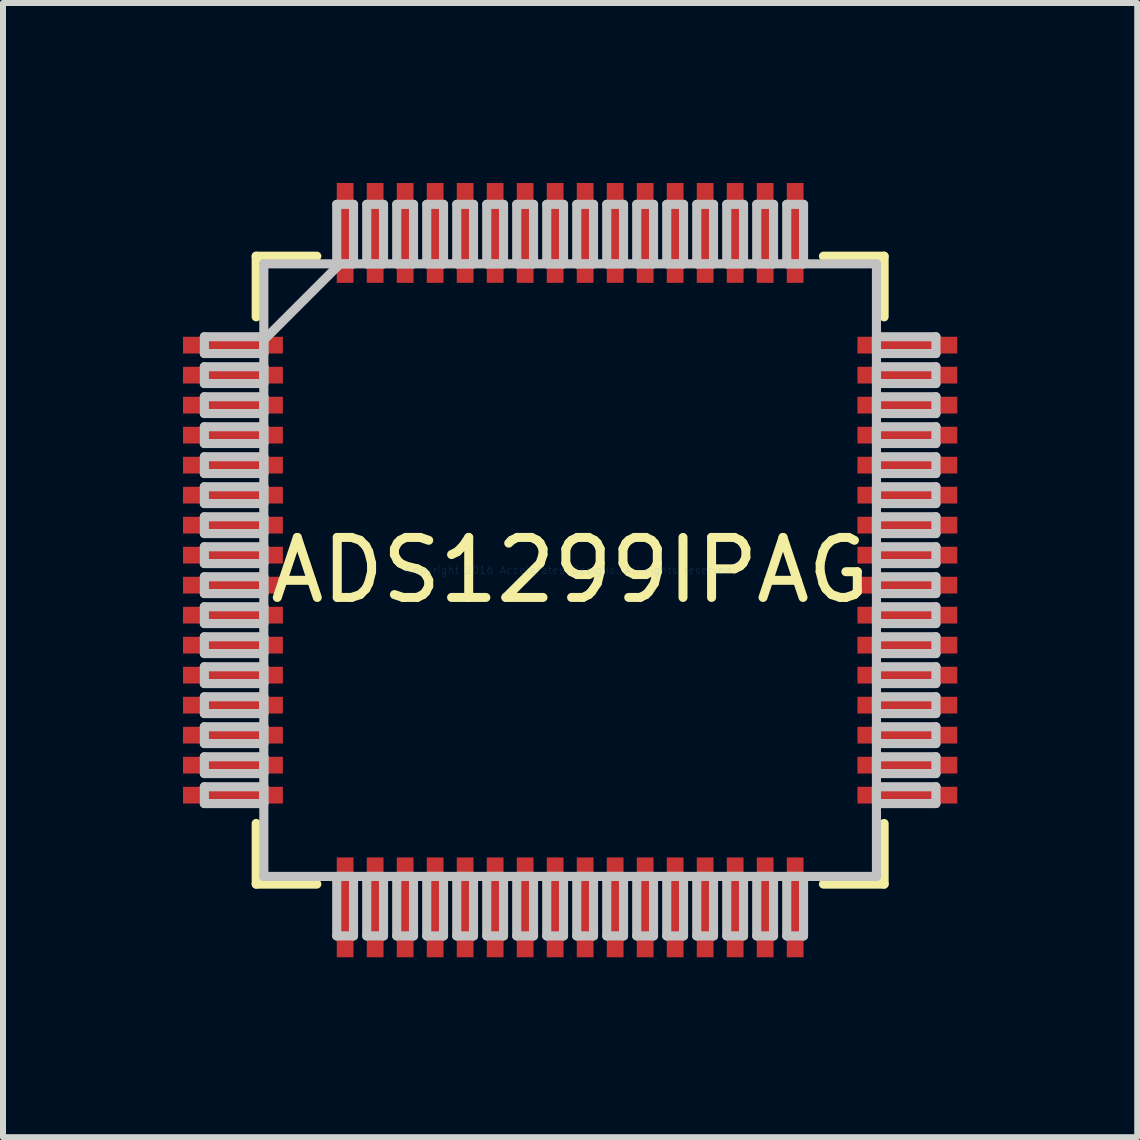
<source format=kicad_pcb>
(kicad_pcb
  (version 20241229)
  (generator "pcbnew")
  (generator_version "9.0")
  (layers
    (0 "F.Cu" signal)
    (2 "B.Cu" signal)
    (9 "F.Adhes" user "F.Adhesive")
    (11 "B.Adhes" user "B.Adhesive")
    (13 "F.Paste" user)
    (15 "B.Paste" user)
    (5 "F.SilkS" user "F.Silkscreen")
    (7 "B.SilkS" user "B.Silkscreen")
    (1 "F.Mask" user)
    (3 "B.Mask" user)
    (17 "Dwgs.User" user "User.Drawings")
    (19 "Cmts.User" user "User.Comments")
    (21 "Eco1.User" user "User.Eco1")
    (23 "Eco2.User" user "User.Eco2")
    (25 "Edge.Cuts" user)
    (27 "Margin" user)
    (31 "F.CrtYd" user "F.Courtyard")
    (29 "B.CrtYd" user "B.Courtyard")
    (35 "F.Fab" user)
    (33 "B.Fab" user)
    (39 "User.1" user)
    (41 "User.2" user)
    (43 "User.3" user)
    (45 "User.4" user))
  (footprint "ADS1299IPAG"
    (layer "F.Cu")
    (at 6.452 6.452)
    (property "Reference" "ADS1299IPAG" (at 0 0 0) (layer "F.SilkS") (effects (font (size 1 1) (thickness 0.15))))
    (attr through_hole)
    (fp_line (start -5.232 -5.232) (end -5.232 -4.222) (stroke (width 0.152) (type solid)) (layer "F.SilkS"))
    (fp_line (start -5.232 4.222) (end -5.232 5.232) (stroke (width 0.152) (type solid)) (layer "F.SilkS"))
    (fp_line (start -5.232 5.232) (end -4.222 5.232) (stroke (width 0.152) (type solid)) (layer "F.SilkS"))
    (fp_line (start -4.222 -5.232) (end -5.232 -5.232) (stroke (width 0.152) (type solid)) (layer "F.SilkS"))
    (fp_line (start 4.222 5.232) (end 5.232 5.232) (stroke (width 0.152) (type solid)) (layer "F.SilkS"))
    (fp_line (start 5.232 -5.232) (end 4.222 -5.232) (stroke (width 0.152) (type solid)) (layer "F.SilkS"))
    (fp_line (start 5.232 -4.222) (end 5.232 -5.232) (stroke (width 0.152) (type solid)) (layer "F.SilkS"))
    (fp_line (start 5.232 5.232) (end 5.232 4.222) (stroke (width 0.152) (type solid)) (layer "F.SilkS"))
    (fp_line (start -6.096 -3.89) (end -6.096 -3.61) (stroke (width 0.152) (type solid)) (layer "Dwgs.User"))
    (fp_line (start -6.096 -3.61) (end -5.105 -3.61) (stroke (width 0.152) (type solid)) (layer "Dwgs.User"))
    (fp_line (start -6.096 -3.39) (end -6.096 -3.11) (stroke (width 0.152) (type solid)) (layer "Dwgs.User"))
    (fp_line (start -6.096 -3.11) (end -5.105 -3.11) (stroke (width 0.152) (type solid)) (layer "Dwgs.User"))
    (fp_line (start -6.096 -2.89) (end -6.096 -2.61) (stroke (width 0.152) (type solid)) (layer "Dwgs.User"))
    (fp_line (start -6.096 -2.61) (end -5.105 -2.61) (stroke (width 0.152) (type solid)) (layer "Dwgs.User"))
    (fp_line (start -6.096 -2.39) (end -6.096 -2.11) (stroke (width 0.152) (type solid)) (layer "Dwgs.User"))
    (fp_line (start -6.096 -2.11) (end -5.105 -2.11) (stroke (width 0.152) (type solid)) (layer "Dwgs.User"))
    (fp_line (start -6.096 -1.89) (end -6.096 -1.61) (stroke (width 0.152) (type solid)) (layer "Dwgs.User"))
    (fp_line (start -6.096 -1.61) (end -5.105 -1.61) (stroke (width 0.152) (type solid)) (layer "Dwgs.User"))
    (fp_line (start -6.096 -1.39) (end -6.096 -1.11) (stroke (width 0.152) (type solid)) (layer "Dwgs.User"))
    (fp_line (start -6.096 -1.11) (end -5.105 -1.11) (stroke (width 0.152) (type solid)) (layer "Dwgs.User"))
    (fp_line (start -6.096 -0.89) (end -6.096 -0.61) (stroke (width 0.152) (type solid)) (layer "Dwgs.User"))
    (fp_line (start -6.096 -0.61) (end -5.105 -0.61) (stroke (width 0.152) (type solid)) (layer "Dwgs.User"))
    (fp_line (start -6.096 -0.39) (end -6.096 -0.11) (stroke (width 0.152) (type solid)) (layer "Dwgs.User"))
    (fp_line (start -6.096 -0.11) (end -5.105 -0.11) (stroke (width 0.152) (type solid)) (layer "Dwgs.User"))
    (fp_line (start -6.096 0.11) (end -6.096 0.39) (stroke (width 0.152) (type solid)) (layer "Dwgs.User"))
    (fp_line (start -6.096 0.39) (end -5.105 0.39) (stroke (width 0.152) (type solid)) (layer "Dwgs.User"))
    (fp_line (start -6.096 0.61) (end -6.096 0.89) (stroke (width 0.152) (type solid)) (layer "Dwgs.User"))
    (fp_line (start -6.096 0.89) (end -5.105 0.89) (stroke (width 0.152) (type solid)) (layer "Dwgs.User"))
    (fp_line (start -6.096 1.11) (end -6.096 1.39) (stroke (width 0.152) (type solid)) (layer "Dwgs.User"))
    (fp_line (start -6.096 1.39) (end -5.105 1.39) (stroke (width 0.152) (type solid)) (layer "Dwgs.User"))
    (fp_line (start -6.096 1.61) (end -6.096 1.89) (stroke (width 0.152) (type solid)) (layer "Dwgs.User"))
    (fp_line (start -6.096 1.89) (end -5.105 1.89) (stroke (width 0.152) (type solid)) (layer "Dwgs.User"))
    (fp_line (start -6.096 2.11) (end -6.096 2.39) (stroke (width 0.152) (type solid)) (layer "Dwgs.User"))
    (fp_line (start -6.096 2.39) (end -5.105 2.39) (stroke (width 0.152) (type solid)) (layer "Dwgs.User"))
    (fp_line (start -6.096 2.61) (end -6.096 2.89) (stroke (width 0.152) (type solid)) (layer "Dwgs.User"))
    (fp_line (start -6.096 2.89) (end -5.105 2.89) (stroke (width 0.152) (type solid)) (layer "Dwgs.User"))
    (fp_line (start -6.096 3.11) (end -6.096 3.39) (stroke (width 0.152) (type solid)) (layer "Dwgs.User"))
    (fp_line (start -6.096 3.39) (end -5.105 3.39) (stroke (width 0.152) (type solid)) (layer "Dwgs.User"))
    (fp_line (start -6.096 3.61) (end -6.096 3.89) (stroke (width 0.152) (type solid)) (layer "Dwgs.User"))
    (fp_line (start -6.096 3.89) (end -5.105 3.89) (stroke (width 0.152) (type solid)) (layer "Dwgs.User"))
    (fp_line (start -5.105 -5.105) (end -5.105 -5.105) (stroke (width 0.152) (type solid)) (layer "Dwgs.User"))
    (fp_line (start -5.105 -5.105) (end -5.105 5.105) (stroke (width 0.152) (type solid)) (layer "Dwgs.User"))
    (fp_line (start -5.105 -3.89) (end -6.096 -3.89) (stroke (width 0.152) (type solid)) (layer "Dwgs.User"))
    (fp_line (start -5.105 -3.835) (end -3.835 -5.105) (stroke (width 0.152) (type solid)) (layer "Dwgs.User"))
    (fp_line (start -5.105 -3.61) (end -5.105 -3.89) (stroke (width 0.152) (type solid)) (layer "Dwgs.User"))
    (fp_line (start -5.105 -3.39) (end -6.096 -3.39) (stroke (width 0.152) (type solid)) (layer "Dwgs.User"))
    (fp_line (start -5.105 -3.11) (end -5.105 -3.39) (stroke (width 0.152) (type solid)) (layer "Dwgs.User"))
    (fp_line (start -5.105 -2.89) (end -6.096 -2.89) (stroke (width 0.152) (type solid)) (layer "Dwgs.User"))
    (fp_line (start -5.105 -2.61) (end -5.105 -2.89) (stroke (width 0.152) (type solid)) (layer "Dwgs.User"))
    (fp_line (start -5.105 -2.39) (end -6.096 -2.39) (stroke (width 0.152) (type solid)) (layer "Dwgs.User"))
    (fp_line (start -5.105 -2.11) (end -5.105 -2.39) (stroke (width 0.152) (type solid)) (layer "Dwgs.User"))
    (fp_line (start -5.105 -1.89) (end -6.096 -1.89) (stroke (width 0.152) (type solid)) (layer "Dwgs.User"))
    (fp_line (start -5.105 -1.61) (end -5.105 -1.89) (stroke (width 0.152) (type solid)) (layer "Dwgs.User"))
    (fp_line (start -5.105 -1.39) (end -6.096 -1.39) (stroke (width 0.152) (type solid)) (layer "Dwgs.User"))
    (fp_line (start -5.105 -1.11) (end -5.105 -1.39) (stroke (width 0.152) (type solid)) (layer "Dwgs.User"))
    (fp_line (start -5.105 -0.89) (end -6.096 -0.89) (stroke (width 0.152) (type solid)) (layer "Dwgs.User"))
    (fp_line (start -5.105 -0.61) (end -5.105 -0.89) (stroke (width 0.152) (type solid)) (layer "Dwgs.User"))
    (fp_line (start -5.105 -0.39) (end -6.096 -0.39) (stroke (width 0.152) (type solid)) (layer "Dwgs.User"))
    (fp_line (start -5.105 -0.11) (end -5.105 -0.39) (stroke (width 0.152) (type solid)) (layer "Dwgs.User"))
    (fp_line (start -5.105 0.11) (end -6.096 0.11) (stroke (width 0.152) (type solid)) (layer "Dwgs.User"))
    (fp_line (start -5.105 0.39) (end -5.105 0.11) (stroke (width 0.152) (type solid)) (layer "Dwgs.User"))
    (fp_line (start -5.105 0.61) (end -6.096 0.61) (stroke (width 0.152) (type solid)) (layer "Dwgs.User"))
    (fp_line (start -5.105 0.89) (end -5.105 0.61) (stroke (width 0.152) (type solid)) (layer "Dwgs.User"))
    (fp_line (start -5.105 1.11) (end -6.096 1.11) (stroke (width 0.152) (type solid)) (layer "Dwgs.User"))
    (fp_line (start -5.105 1.39) (end -5.105 1.11) (stroke (width 0.152) (type solid)) (layer "Dwgs.User"))
    (fp_line (start -5.105 1.61) (end -6.096 1.61) (stroke (width 0.152) (type solid)) (layer "Dwgs.User"))
    (fp_line (start -5.105 1.89) (end -5.105 1.61) (stroke (width 0.152) (type solid)) (layer "Dwgs.User"))
    (fp_line (start -5.105 2.11) (end -6.096 2.11) (stroke (width 0.152) (type solid)) (layer "Dwgs.User"))
    (fp_line (start -5.105 2.39) (end -5.105 2.11) (stroke (width 0.152) (type solid)) (layer "Dwgs.User"))
    (fp_line (start -5.105 2.61) (end -6.096 2.61) (stroke (width 0.152) (type solid)) (layer "Dwgs.User"))
    (fp_line (start -5.105 2.89) (end -5.105 2.61) (stroke (width 0.152) (type solid)) (layer "Dwgs.User"))
    (fp_line (start -5.105 3.11) (end -6.096 3.11) (stroke (width 0.152) (type solid)) (layer "Dwgs.User"))
    (fp_line (start -5.105 3.39) (end -5.105 3.11) (stroke (width 0.152) (type solid)) (layer "Dwgs.User"))
    (fp_line (start -5.105 3.61) (end -6.096 3.61) (stroke (width 0.152) (type solid)) (layer "Dwgs.User"))
    (fp_line (start -5.105 3.89) (end -5.105 3.61) (stroke (width 0.152) (type solid)) (layer "Dwgs.User"))
    (fp_line (start -5.105 5.105) (end -5.105 5.105) (stroke (width 0.152) (type solid)) (layer "Dwgs.User"))
    (fp_line (start -5.105 5.105) (end 5.105 5.105) (stroke (width 0.152) (type solid)) (layer "Dwgs.User"))
    (fp_line (start -3.89 -6.096) (end -3.89 -5.105) (stroke (width 0.152) (type solid)) (layer "Dwgs.User"))
    (fp_line (start -3.89 -5.105) (end -3.61 -5.105) (stroke (width 0.152) (type solid)) (layer "Dwgs.User"))
    (fp_line (start -3.89 5.105) (end -3.89 6.096) (stroke (width 0.152) (type solid)) (layer "Dwgs.User"))
    (fp_line (start -3.89 6.096) (end -3.61 6.096) (stroke (width 0.152) (type solid)) (layer "Dwgs.User"))
    (fp_line (start -3.61 -6.096) (end -3.89 -6.096) (stroke (width 0.152) (type solid)) (layer "Dwgs.User"))
    (fp_line (start -3.61 -5.105) (end -3.61 -6.096) (stroke (width 0.152) (type solid)) (layer "Dwgs.User"))
    (fp_line (start -3.61 5.105) (end -3.89 5.105) (stroke (width 0.152) (type solid)) (layer "Dwgs.User"))
    (fp_line (start -3.61 6.096) (end -3.61 5.105) (stroke (width 0.152) (type solid)) (layer "Dwgs.User"))
    (fp_line (start -3.39 -6.096) (end -3.39 -5.105) (stroke (width 0.152) (type solid)) (layer "Dwgs.User"))
    (fp_line (start -3.39 -5.105) (end -3.11 -5.105) (stroke (width 0.152) (type solid)) (layer "Dwgs.User"))
    (fp_line (start -3.39 5.105) (end -3.39 6.096) (stroke (width 0.152) (type solid)) (layer "Dwgs.User"))
    (fp_line (start -3.39 6.096) (end -3.11 6.096) (stroke (width 0.152) (type solid)) (layer "Dwgs.User"))
    (fp_line (start -3.11 -6.096) (end -3.39 -6.096) (stroke (width 0.152) (type solid)) (layer "Dwgs.User"))
    (fp_line (start -3.11 -5.105) (end -3.11 -6.096) (stroke (width 0.152) (type solid)) (layer "Dwgs.User"))
    (fp_line (start -3.11 5.105) (end -3.39 5.105) (stroke (width 0.152) (type solid)) (layer "Dwgs.User"))
    (fp_line (start -3.11 6.096) (end -3.11 5.105) (stroke (width 0.152) (type solid)) (layer "Dwgs.User"))
    (fp_line (start -2.89 -6.096) (end -2.89 -5.105) (stroke (width 0.152) (type solid)) (layer "Dwgs.User"))
    (fp_line (start -2.89 -5.105) (end -2.61 -5.105) (stroke (width 0.152) (type solid)) (layer "Dwgs.User"))
    (fp_line (start -2.89 5.105) (end -2.89 6.096) (stroke (width 0.152) (type solid)) (layer "Dwgs.User"))
    (fp_line (start -2.89 6.096) (end -2.61 6.096) (stroke (width 0.152) (type solid)) (layer "Dwgs.User"))
    (fp_line (start -2.61 -6.096) (end -2.89 -6.096) (stroke (width 0.152) (type solid)) (layer "Dwgs.User"))
    (fp_line (start -2.61 -5.105) (end -2.61 -6.096) (stroke (width 0.152) (type solid)) (layer "Dwgs.User"))
    (fp_line (start -2.61 5.105) (end -2.89 5.105) (stroke (width 0.152) (type solid)) (layer "Dwgs.User"))
    (fp_line (start -2.61 6.096) (end -2.61 5.105) (stroke (width 0.152) (type solid)) (layer "Dwgs.User"))
    (fp_line (start -2.39 -6.096) (end -2.39 -5.105) (stroke (width 0.152) (type solid)) (layer "Dwgs.User"))
    (fp_line (start -2.39 -5.105) (end -2.11 -5.105) (stroke (width 0.152) (type solid)) (layer "Dwgs.User"))
    (fp_line (start -2.39 5.105) (end -2.39 6.096) (stroke (width 0.152) (type solid)) (layer "Dwgs.User"))
    (fp_line (start -2.39 6.096) (end -2.11 6.096) (stroke (width 0.152) (type solid)) (layer "Dwgs.User"))
    (fp_line (start -2.11 -6.096) (end -2.39 -6.096) (stroke (width 0.152) (type solid)) (layer "Dwgs.User"))
    (fp_line (start -2.11 -5.105) (end -2.11 -6.096) (stroke (width 0.152) (type solid)) (layer "Dwgs.User"))
    (fp_line (start -2.11 5.105) (end -2.39 5.105) (stroke (width 0.152) (type solid)) (layer "Dwgs.User"))
    (fp_line (start -2.11 6.096) (end -2.11 5.105) (stroke (width 0.152) (type solid)) (layer "Dwgs.User"))
    (fp_line (start -1.89 -6.096) (end -1.89 -5.105) (stroke (width 0.152) (type solid)) (layer "Dwgs.User"))
    (fp_line (start -1.89 -5.105) (end -1.61 -5.105) (stroke (width 0.152) (type solid)) (layer "Dwgs.User"))
    (fp_line (start -1.89 5.105) (end -1.89 6.096) (stroke (width 0.152) (type solid)) (layer "Dwgs.User"))
    (fp_line (start -1.89 6.096) (end -1.61 6.096) (stroke (width 0.152) (type solid)) (layer "Dwgs.User"))
    (fp_line (start -1.61 -6.096) (end -1.89 -6.096) (stroke (width 0.152) (type solid)) (layer "Dwgs.User"))
    (fp_line (start -1.61 -5.105) (end -1.61 -6.096) (stroke (width 0.152) (type solid)) (layer "Dwgs.User"))
    (fp_line (start -1.61 5.105) (end -1.89 5.105) (stroke (width 0.152) (type solid)) (layer "Dwgs.User"))
    (fp_line (start -1.61 6.096) (end -1.61 5.105) (stroke (width 0.152) (type solid)) (layer "Dwgs.User"))
    (fp_line (start -1.39 -6.096) (end -1.39 -5.105) (stroke (width 0.152) (type solid)) (layer "Dwgs.User"))
    (fp_line (start -1.39 -5.105) (end -1.11 -5.105) (stroke (width 0.152) (type solid)) (layer "Dwgs.User"))
    (fp_line (start -1.39 5.105) (end -1.39 6.096) (stroke (width 0.152) (type solid)) (layer "Dwgs.User"))
    (fp_line (start -1.39 6.096) (end -1.11 6.096) (stroke (width 0.152) (type solid)) (layer "Dwgs.User"))
    (fp_line (start -1.11 -6.096) (end -1.39 -6.096) (stroke (width 0.152) (type solid)) (layer "Dwgs.User"))
    (fp_line (start -1.11 -5.105) (end -1.11 -6.096) (stroke (width 0.152) (type solid)) (layer "Dwgs.User"))
    (fp_line (start -1.11 5.105) (end -1.39 5.105) (stroke (width 0.152) (type solid)) (layer "Dwgs.User"))
    (fp_line (start -1.11 6.096) (end -1.11 5.105) (stroke (width 0.152) (type solid)) (layer "Dwgs.User"))
    (fp_line (start -0.89 -6.096) (end -0.89 -5.105) (stroke (width 0.152) (type solid)) (layer "Dwgs.User"))
    (fp_line (start -0.89 -5.105) (end -0.61 -5.105) (stroke (width 0.152) (type solid)) (layer "Dwgs.User"))
    (fp_line (start -0.89 5.105) (end -0.89 6.096) (stroke (width 0.152) (type solid)) (layer "Dwgs.User"))
    (fp_line (start -0.89 6.096) (end -0.61 6.096) (stroke (width 0.152) (type solid)) (layer "Dwgs.User"))
    (fp_line (start -0.61 -6.096) (end -0.89 -6.096) (stroke (width 0.152) (type solid)) (layer "Dwgs.User"))
    (fp_line (start -0.61 -5.105) (end -0.61 -6.096) (stroke (width 0.152) (type solid)) (layer "Dwgs.User"))
    (fp_line (start -0.61 5.105) (end -0.89 5.105) (stroke (width 0.152) (type solid)) (layer "Dwgs.User"))
    (fp_line (start -0.61 6.096) (end -0.61 5.105) (stroke (width 0.152) (type solid)) (layer "Dwgs.User"))
    (fp_line (start -0.39 -6.096) (end -0.39 -5.105) (stroke (width 0.152) (type solid)) (layer "Dwgs.User"))
    (fp_line (start -0.39 -5.105) (end -0.11 -5.105) (stroke (width 0.152) (type solid)) (layer "Dwgs.User"))
    (fp_line (start -0.39 5.105) (end -0.39 6.096) (stroke (width 0.152) (type solid)) (layer "Dwgs.User"))
    (fp_line (start -0.39 6.096) (end -0.11 6.096) (stroke (width 0.152) (type solid)) (layer "Dwgs.User"))
    (fp_line (start -0.11 -6.096) (end -0.39 -6.096) (stroke (width 0.152) (type solid)) (layer "Dwgs.User"))
    (fp_line (start -0.11 -5.105) (end -0.11 -6.096) (stroke (width 0.152) (type solid)) (layer "Dwgs.User"))
    (fp_line (start -0.11 5.105) (end -0.39 5.105) (stroke (width 0.152) (type solid)) (layer "Dwgs.User"))
    (fp_line (start -0.11 6.096) (end -0.11 5.105) (stroke (width 0.152) (type solid)) (layer "Dwgs.User"))
    (fp_line (start 0.11 -6.096) (end 0.11 -5.105) (stroke (width 0.152) (type solid)) (layer "Dwgs.User"))
    (fp_line (start 0.11 -5.105) (end 0.39 -5.105) (stroke (width 0.152) (type solid)) (layer "Dwgs.User"))
    (fp_line (start 0.11 5.105) (end 0.11 6.096) (stroke (width 0.152) (type solid)) (layer "Dwgs.User"))
    (fp_line (start 0.11 6.096) (end 0.39 6.096) (stroke (width 0.152) (type solid)) (layer "Dwgs.User"))
    (fp_line (start 0.39 -6.096) (end 0.11 -6.096) (stroke (width 0.152) (type solid)) (layer "Dwgs.User"))
    (fp_line (start 0.39 -5.105) (end 0.39 -6.096) (stroke (width 0.152) (type solid)) (layer "Dwgs.User"))
    (fp_line (start 0.39 5.105) (end 0.11 5.105) (stroke (width 0.152) (type solid)) (layer "Dwgs.User"))
    (fp_line (start 0.39 6.096) (end 0.39 5.105) (stroke (width 0.152) (type solid)) (layer "Dwgs.User"))
    (fp_line (start 0.61 -6.096) (end 0.61 -5.105) (stroke (width 0.152) (type solid)) (layer "Dwgs.User"))
    (fp_line (start 0.61 -5.105) (end 0.89 -5.105) (stroke (width 0.152) (type solid)) (layer "Dwgs.User"))
    (fp_line (start 0.61 5.105) (end 0.61 6.096) (stroke (width 0.152) (type solid)) (layer "Dwgs.User"))
    (fp_line (start 0.61 6.096) (end 0.89 6.096) (stroke (width 0.152) (type solid)) (layer "Dwgs.User"))
    (fp_line (start 0.89 -6.096) (end 0.61 -6.096) (stroke (width 0.152) (type solid)) (layer "Dwgs.User"))
    (fp_line (start 0.89 -5.105) (end 0.89 -6.096) (stroke (width 0.152) (type solid)) (layer "Dwgs.User"))
    (fp_line (start 0.89 5.105) (end 0.61 5.105) (stroke (width 0.152) (type solid)) (layer "Dwgs.User"))
    (fp_line (start 0.89 6.096) (end 0.89 5.105) (stroke (width 0.152) (type solid)) (layer "Dwgs.User"))
    (fp_line (start 1.11 -6.096) (end 1.11 -5.105) (stroke (width 0.152) (type solid)) (layer "Dwgs.User"))
    (fp_line (start 1.11 -5.105) (end 1.39 -5.105) (stroke (width 0.152) (type solid)) (layer "Dwgs.User"))
    (fp_line (start 1.11 5.105) (end 1.11 6.096) (stroke (width 0.152) (type solid)) (layer "Dwgs.User"))
    (fp_line (start 1.11 6.096) (end 1.39 6.096) (stroke (width 0.152) (type solid)) (layer "Dwgs.User"))
    (fp_line (start 1.39 -6.096) (end 1.11 -6.096) (stroke (width 0.152) (type solid)) (layer "Dwgs.User"))
    (fp_line (start 1.39 -5.105) (end 1.39 -6.096) (stroke (width 0.152) (type solid)) (layer "Dwgs.User"))
    (fp_line (start 1.39 5.105) (end 1.11 5.105) (stroke (width 0.152) (type solid)) (layer "Dwgs.User"))
    (fp_line (start 1.39 6.096) (end 1.39 5.105) (stroke (width 0.152) (type solid)) (layer "Dwgs.User"))
    (fp_line (start 1.61 -6.096) (end 1.61 -5.105) (stroke (width 0.152) (type solid)) (layer "Dwgs.User"))
    (fp_line (start 1.61 -5.105) (end 1.89 -5.105) (stroke (width 0.152) (type solid)) (layer "Dwgs.User"))
    (fp_line (start 1.61 5.105) (end 1.61 6.096) (stroke (width 0.152) (type solid)) (layer "Dwgs.User"))
    (fp_line (start 1.61 6.096) (end 1.89 6.096) (stroke (width 0.152) (type solid)) (layer "Dwgs.User"))
    (fp_line (start 1.89 -6.096) (end 1.61 -6.096) (stroke (width 0.152) (type solid)) (layer "Dwgs.User"))
    (fp_line (start 1.89 -5.105) (end 1.89 -6.096) (stroke (width 0.152) (type solid)) (layer "Dwgs.User"))
    (fp_line (start 1.89 5.105) (end 1.61 5.105) (stroke (width 0.152) (type solid)) (layer "Dwgs.User"))
    (fp_line (start 1.89 6.096) (end 1.89 5.105) (stroke (width 0.152) (type solid)) (layer "Dwgs.User"))
    (fp_line (start 2.11 -6.096) (end 2.11 -5.105) (stroke (width 0.152) (type solid)) (layer "Dwgs.User"))
    (fp_line (start 2.11 -5.105) (end 2.39 -5.105) (stroke (width 0.152) (type solid)) (layer "Dwgs.User"))
    (fp_line (start 2.11 5.105) (end 2.11 6.096) (stroke (width 0.152) (type solid)) (layer "Dwgs.User"))
    (fp_line (start 2.11 6.096) (end 2.39 6.096) (stroke (width 0.152) (type solid)) (layer "Dwgs.User"))
    (fp_line (start 2.39 -6.096) (end 2.11 -6.096) (stroke (width 0.152) (type solid)) (layer "Dwgs.User"))
    (fp_line (start 2.39 -5.105) (end 2.39 -6.096) (stroke (width 0.152) (type solid)) (layer "Dwgs.User"))
    (fp_line (start 2.39 5.105) (end 2.11 5.105) (stroke (width 0.152) (type solid)) (layer "Dwgs.User"))
    (fp_line (start 2.39 6.096) (end 2.39 5.105) (stroke (width 0.152) (type solid)) (layer "Dwgs.User"))
    (fp_line (start 2.61 -6.096) (end 2.61 -5.105) (stroke (width 0.152) (type solid)) (layer "Dwgs.User"))
    (fp_line (start 2.61 -5.105) (end 2.89 -5.105) (stroke (width 0.152) (type solid)) (layer "Dwgs.User"))
    (fp_line (start 2.61 5.105) (end 2.61 6.096) (stroke (width 0.152) (type solid)) (layer "Dwgs.User"))
    (fp_line (start 2.61 6.096) (end 2.89 6.096) (stroke (width 0.152) (type solid)) (layer "Dwgs.User"))
    (fp_line (start 2.89 -6.096) (end 2.61 -6.096) (stroke (width 0.152) (type solid)) (layer "Dwgs.User"))
    (fp_line (start 2.89 -5.105) (end 2.89 -6.096) (stroke (width 0.152) (type solid)) (layer "Dwgs.User"))
    (fp_line (start 2.89 5.105) (end 2.61 5.105) (stroke (width 0.152) (type solid)) (layer "Dwgs.User"))
    (fp_line (start 2.89 6.096) (end 2.89 5.105) (stroke (width 0.152) (type solid)) (layer "Dwgs.User"))
    (fp_line (start 3.11 -6.096) (end 3.11 -5.105) (stroke (width 0.152) (type solid)) (layer "Dwgs.User"))
    (fp_line (start 3.11 -5.105) (end 3.39 -5.105) (stroke (width 0.152) (type solid)) (layer "Dwgs.User"))
    (fp_line (start 3.11 5.105) (end 3.11 6.096) (stroke (width 0.152) (type solid)) (layer "Dwgs.User"))
    (fp_line (start 3.11 6.096) (end 3.39 6.096) (stroke (width 0.152) (type solid)) (layer "Dwgs.User"))
    (fp_line (start 3.39 -6.096) (end 3.11 -6.096) (stroke (width 0.152) (type solid)) (layer "Dwgs.User"))
    (fp_line (start 3.39 -5.105) (end 3.39 -6.096) (stroke (width 0.152) (type solid)) (layer "Dwgs.User"))
    (fp_line (start 3.39 5.105) (end 3.11 5.105) (stroke (width 0.152) (type solid)) (layer "Dwgs.User"))
    (fp_line (start 3.39 6.096) (end 3.39 5.105) (stroke (width 0.152) (type solid)) (layer "Dwgs.User"))
    (fp_line (start 3.61 -6.096) (end 3.61 -5.105) (stroke (width 0.152) (type solid)) (layer "Dwgs.User"))
    (fp_line (start 3.61 -5.105) (end 3.89 -5.105) (stroke (width 0.152) (type solid)) (layer "Dwgs.User"))
    (fp_line (start 3.61 5.105) (end 3.61 6.096) (stroke (width 0.152) (type solid)) (layer "Dwgs.User"))
    (fp_line (start 3.61 6.096) (end 3.89 6.096) (stroke (width 0.152) (type solid)) (layer "Dwgs.User"))
    (fp_line (start 3.89 -6.096) (end 3.61 -6.096) (stroke (width 0.152) (type solid)) (layer "Dwgs.User"))
    (fp_line (start 3.89 -5.105) (end 3.89 -6.096) (stroke (width 0.152) (type solid)) (layer "Dwgs.User"))
    (fp_line (start 3.89 5.105) (end 3.61 5.105) (stroke (width 0.152) (type solid)) (layer "Dwgs.User"))
    (fp_line (start 3.89 6.096) (end 3.89 5.105) (stroke (width 0.152) (type solid)) (layer "Dwgs.User"))
    (fp_line (start 5.105 -5.105) (end -5.105 -5.105) (stroke (width 0.152) (type solid)) (layer "Dwgs.User"))
    (fp_line (start 5.105 -5.105) (end 5.105 -5.105) (stroke (width 0.152) (type solid)) (layer "Dwgs.User"))
    (fp_line (start 5.105 -3.89) (end 5.105 -3.61) (stroke (width 0.152) (type solid)) (layer "Dwgs.User"))
    (fp_line (start 5.105 -3.61) (end 6.096 -3.61) (stroke (width 0.152) (type solid)) (layer "Dwgs.User"))
    (fp_line (start 5.105 -3.39) (end 5.105 -3.11) (stroke (width 0.152) (type solid)) (layer "Dwgs.User"))
    (fp_line (start 5.105 -3.11) (end 6.096 -3.11) (stroke (width 0.152) (type solid)) (layer "Dwgs.User"))
    (fp_line (start 5.105 -2.89) (end 5.105 -2.61) (stroke (width 0.152) (type solid)) (layer "Dwgs.User"))
    (fp_line (start 5.105 -2.61) (end 6.096 -2.61) (stroke (width 0.152) (type solid)) (layer "Dwgs.User"))
    (fp_line (start 5.105 -2.39) (end 5.105 -2.11) (stroke (width 0.152) (type solid)) (layer "Dwgs.User"))
    (fp_line (start 5.105 -2.11) (end 6.096 -2.11) (stroke (width 0.152) (type solid)) (layer "Dwgs.User"))
    (fp_line (start 5.105 -1.89) (end 5.105 -1.61) (stroke (width 0.152) (type solid)) (layer "Dwgs.User"))
    (fp_line (start 5.105 -1.61) (end 6.096 -1.61) (stroke (width 0.152) (type solid)) (layer "Dwgs.User"))
    (fp_line (start 5.105 -1.39) (end 5.105 -1.11) (stroke (width 0.152) (type solid)) (layer "Dwgs.User"))
    (fp_line (start 5.105 -1.11) (end 6.096 -1.11) (stroke (width 0.152) (type solid)) (layer "Dwgs.User"))
    (fp_line (start 5.105 -0.89) (end 5.105 -0.61) (stroke (width 0.152) (type solid)) (layer "Dwgs.User"))
    (fp_line (start 5.105 -0.61) (end 6.096 -0.61) (stroke (width 0.152) (type solid)) (layer "Dwgs.User"))
    (fp_line (start 5.105 -0.39) (end 5.105 -0.11) (stroke (width 0.152) (type solid)) (layer "Dwgs.User"))
    (fp_line (start 5.105 -0.11) (end 6.096 -0.11) (stroke (width 0.152) (type solid)) (layer "Dwgs.User"))
    (fp_line (start 5.105 0.11) (end 5.105 0.39) (stroke (width 0.152) (type solid)) (layer "Dwgs.User"))
    (fp_line (start 5.105 0.39) (end 6.096 0.39) (stroke (width 0.152) (type solid)) (layer "Dwgs.User"))
    (fp_line (start 5.105 0.61) (end 5.105 0.89) (stroke (width 0.152) (type solid)) (layer "Dwgs.User"))
    (fp_line (start 5.105 0.89) (end 6.096 0.89) (stroke (width 0.152) (type solid)) (layer "Dwgs.User"))
    (fp_line (start 5.105 1.11) (end 5.105 1.39) (stroke (width 0.152) (type solid)) (layer "Dwgs.User"))
    (fp_line (start 5.105 1.39) (end 6.096 1.39) (stroke (width 0.152) (type solid)) (layer "Dwgs.User"))
    (fp_line (start 5.105 1.61) (end 5.105 1.89) (stroke (width 0.152) (type solid)) (layer "Dwgs.User"))
    (fp_line (start 5.105 1.89) (end 6.096 1.89) (stroke (width 0.152) (type solid)) (layer "Dwgs.User"))
    (fp_line (start 5.105 2.11) (end 5.105 2.39) (stroke (width 0.152) (type solid)) (layer "Dwgs.User"))
    (fp_line (start 5.105 2.39) (end 6.096 2.39) (stroke (width 0.152) (type solid)) (layer "Dwgs.User"))
    (fp_line (start 5.105 2.61) (end 5.105 2.89) (stroke (width 0.152) (type solid)) (layer "Dwgs.User"))
    (fp_line (start 5.105 2.89) (end 6.096 2.89) (stroke (width 0.152) (type solid)) (layer "Dwgs.User"))
    (fp_line (start 5.105 3.11) (end 5.105 3.39) (stroke (width 0.152) (type solid)) (layer "Dwgs.User"))
    (fp_line (start 5.105 3.39) (end 6.096 3.39) (stroke (width 0.152) (type solid)) (layer "Dwgs.User"))
    (fp_line (start 5.105 3.61) (end 5.105 3.89) (stroke (width 0.152) (type solid)) (layer "Dwgs.User"))
    (fp_line (start 5.105 3.89) (end 6.096 3.89) (stroke (width 0.152) (type solid)) (layer "Dwgs.User"))
    (fp_line (start 5.105 5.105) (end 5.105 -5.105) (stroke (width 0.152) (type solid)) (layer "Dwgs.User"))
    (fp_line (start 5.105 5.105) (end 5.105 5.105) (stroke (width 0.152) (type solid)) (layer "Dwgs.User"))
    (fp_line (start 6.096 -3.89) (end 5.105 -3.89) (stroke (width 0.152) (type solid)) (layer "Dwgs.User"))
    (fp_line (start 6.096 -3.61) (end 6.096 -3.89) (stroke (width 0.152) (type solid)) (layer "Dwgs.User"))
    (fp_line (start 6.096 -3.39) (end 5.105 -3.39) (stroke (width 0.152) (type solid)) (layer "Dwgs.User"))
    (fp_line (start 6.096 -3.11) (end 6.096 -3.39) (stroke (width 0.152) (type solid)) (layer "Dwgs.User"))
    (fp_line (start 6.096 -2.89) (end 5.105 -2.89) (stroke (width 0.152) (type solid)) (layer "Dwgs.User"))
    (fp_line (start 6.096 -2.61) (end 6.096 -2.89) (stroke (width 0.152) (type solid)) (layer "Dwgs.User"))
    (fp_line (start 6.096 -2.39) (end 5.105 -2.39) (stroke (width 0.152) (type solid)) (layer "Dwgs.User"))
    (fp_line (start 6.096 -2.11) (end 6.096 -2.39) (stroke (width 0.152) (type solid)) (layer "Dwgs.User"))
    (fp_line (start 6.096 -1.89) (end 5.105 -1.89) (stroke (width 0.152) (type solid)) (layer "Dwgs.User"))
    (fp_line (start 6.096 -1.61) (end 6.096 -1.89) (stroke (width 0.152) (type solid)) (layer "Dwgs.User"))
    (fp_line (start 6.096 -1.39) (end 5.105 -1.39) (stroke (width 0.152) (type solid)) (layer "Dwgs.User"))
    (fp_line (start 6.096 -1.11) (end 6.096 -1.39) (stroke (width 0.152) (type solid)) (layer "Dwgs.User"))
    (fp_line (start 6.096 -0.89) (end 5.105 -0.89) (stroke (width 0.152) (type solid)) (layer "Dwgs.User"))
    (fp_line (start 6.096 -0.61) (end 6.096 -0.89) (stroke (width 0.152) (type solid)) (layer "Dwgs.User"))
    (fp_line (start 6.096 -0.39) (end 5.105 -0.39) (stroke (width 0.152) (type solid)) (layer "Dwgs.User"))
    (fp_line (start 6.096 -0.11) (end 6.096 -0.39) (stroke (width 0.152) (type solid)) (layer "Dwgs.User"))
    (fp_line (start 6.096 0.11) (end 5.105 0.11) (stroke (width 0.152) (type solid)) (layer "Dwgs.User"))
    (fp_line (start 6.096 0.39) (end 6.096 0.11) (stroke (width 0.152) (type solid)) (layer "Dwgs.User"))
    (fp_line (start 6.096 0.61) (end 5.105 0.61) (stroke (width 0.152) (type solid)) (layer "Dwgs.User"))
    (fp_line (start 6.096 0.89) (end 6.096 0.61) (stroke (width 0.152) (type solid)) (layer "Dwgs.User"))
    (fp_line (start 6.096 1.11) (end 5.105 1.11) (stroke (width 0.152) (type solid)) (layer "Dwgs.User"))
    (fp_line (start 6.096 1.39) (end 6.096 1.11) (stroke (width 0.152) (type solid)) (layer "Dwgs.User"))
    (fp_line (start 6.096 1.61) (end 5.105 1.61) (stroke (width 0.152) (type solid)) (layer "Dwgs.User"))
    (fp_line (start 6.096 1.89) (end 6.096 1.61) (stroke (width 0.152) (type solid)) (layer "Dwgs.User"))
    (fp_line (start 6.096 2.11) (end 5.105 2.11) (stroke (width 0.152) (type solid)) (layer "Dwgs.User"))
    (fp_line (start 6.096 2.39) (end 6.096 2.11) (stroke (width 0.152) (type solid)) (layer "Dwgs.User"))
    (fp_line (start 6.096 2.61) (end 5.105 2.61) (stroke (width 0.152) (type solid)) (layer "Dwgs.User"))
    (fp_line (start 6.096 2.89) (end 6.096 2.61) (stroke (width 0.152) (type solid)) (layer "Dwgs.User"))
    (fp_line (start 6.096 3.11) (end 5.105 3.11) (stroke (width 0.152) (type solid)) (layer "Dwgs.User"))
    (fp_line (start 6.096 3.39) (end 6.096 3.11) (stroke (width 0.152) (type solid)) (layer "Dwgs.User"))
    (fp_line (start 6.096 3.61) (end 5.105 3.61) (stroke (width 0.152) (type solid)) (layer "Dwgs.User"))
    (fp_line (start 6.096 3.89) (end 6.096 3.61) (stroke (width 0.152) (type solid)) (layer "Dwgs.User"))
    (fp_text user "Copyright 2016 Accelerated Designs. All rights reserved." (at 0 0 0) (layer "Cmts.User") (effects (font (size 0.127 0.127) (thickness 0.002))))
    (pad "1" smd rect (at -5.62 -3.75 90) (size 0.279 1.664) (layers "F.Cu"))
    (pad "2" smd rect (at -5.62 -3.25 90) (size 0.279 1.664) (layers "F.Cu"))
    (pad "3" smd rect (at -5.62 -2.75 90) (size 0.279 1.664) (layers "F.Cu"))
    (pad "4" smd rect (at -5.62 -2.25 90) (size 0.279 1.664) (layers "F.Cu"))
    (pad "5" smd rect (at -5.62 -1.75 90) (size 0.279 1.664) (layers "F.Cu"))
    (pad "6" smd rect (at -5.62 -1.25 90) (size 0.279 1.664) (layers "F.Cu"))
    (pad "7" smd rect (at -5.62 -0.75 90) (size 0.279 1.664) (layers "F.Cu"))
    (pad "8" smd rect (at -5.62 -0.25 90) (size 0.279 1.664) (layers "F.Cu"))
    (pad "9" smd rect (at -5.62 0.25 90) (size 0.279 1.664) (layers "F.Cu"))
    (pad "10" smd rect (at -5.62 0.75 90) (size 0.279 1.664) (layers "F.Cu"))
    (pad "11" smd rect (at -5.62 1.25 90) (size 0.279 1.664) (layers "F.Cu"))
    (pad "12" smd rect (at -5.62 1.75 90) (size 0.279 1.664) (layers "F.Cu"))
    (pad "13" smd rect (at -5.62 2.25 90) (size 0.279 1.664) (layers "F.Cu"))
    (pad "14" smd rect (at -5.62 2.75 90) (size 0.279 1.664) (layers "F.Cu"))
    (pad "15" smd rect (at -5.62 3.25 90) (size 0.279 1.664) (layers "F.Cu"))
    (pad "16" smd rect (at -5.62 3.75 90) (size 0.279 1.664) (layers "F.Cu"))
    (pad "17" smd rect (at -3.75 5.62) (size 0.279 1.664) (layers "F.Cu"))
    (pad "18" smd rect (at -3.25 5.62) (size 0.279 1.664) (layers "F.Cu"))
    (pad "19" smd rect (at -2.75 5.62) (size 0.279 1.664) (layers "F.Cu"))
    (pad "20" smd rect (at -2.25 5.62) (size 0.279 1.664) (layers "F.Cu"))
    (pad "21" smd rect (at -1.75 5.62) (size 0.279 1.664) (layers "F.Cu"))
    (pad "22" smd rect (at -1.25 5.62) (size 0.279 1.664) (layers "F.Cu"))
    (pad "23" smd rect (at -0.75 5.62) (size 0.279 1.664) (layers "F.Cu"))
    (pad "24" smd rect (at -0.25 5.62) (size 0.279 1.664) (layers "F.Cu"))
    (pad "25" smd rect (at 0.25 5.62) (size 0.279 1.664) (layers "F.Cu"))
    (pad "26" smd rect (at 0.75 5.62) (size 0.279 1.664) (layers "F.Cu"))
    (pad "27" smd rect (at 1.25 5.62) (size 0.279 1.664) (layers "F.Cu"))
    (pad "28" smd rect (at 1.75 5.62) (size 0.279 1.664) (layers "F.Cu"))
    (pad "29" smd rect (at 2.25 5.62) (size 0.279 1.664) (layers "F.Cu"))
    (pad "30" smd rect (at 2.75 5.62) (size 0.279 1.664) (layers "F.Cu"))
    (pad "31" smd rect (at 3.25 5.62) (size 0.279 1.664) (layers "F.Cu"))
    (pad "32" smd rect (at 3.75 5.62) (size 0.279 1.664) (layers "F.Cu"))
    (pad "33" smd rect (at 5.62 3.75 90) (size 0.279 1.664) (layers "F.Cu"))
    (pad "34" smd rect (at 5.62 3.25 90) (size 0.279 1.664) (layers "F.Cu"))
    (pad "35" smd rect (at 5.62 2.75 90) (size 0.279 1.664) (layers "F.Cu"))
    (pad "36" smd rect (at 5.62 2.25 90) (size 0.279 1.664) (layers "F.Cu"))
    (pad "37" smd rect (at 5.62 1.75 90) (size 0.279 1.664) (layers "F.Cu"))
    (pad "38" smd rect (at 5.62 1.25 90) (size 0.279 1.664) (layers "F.Cu"))
    (pad "39" smd rect (at 5.62 0.75 90) (size 0.279 1.664) (layers "F.Cu"))
    (pad "40" smd rect (at 5.62 0.25 90) (size 0.279 1.664) (layers "F.Cu"))
    (pad "41" smd rect (at 5.62 -0.25 90) (size 0.279 1.664) (layers "F.Cu"))
    (pad "42" smd rect (at 5.62 -0.75 90) (size 0.279 1.664) (layers "F.Cu"))
    (pad "43" smd rect (at 5.62 -1.25 90) (size 0.279 1.664) (layers "F.Cu"))
    (pad "44" smd rect (at 5.62 -1.75 90) (size 0.279 1.664) (layers "F.Cu"))
    (pad "45" smd rect (at 5.62 -2.25 90) (size 0.279 1.664) (layers "F.Cu"))
    (pad "46" smd rect (at 5.62 -2.75 90) (size 0.279 1.664) (layers "F.Cu"))
    (pad "47" smd rect (at 5.62 -3.25 90) (size 0.279 1.664) (layers "F.Cu"))
    (pad "48" smd rect (at 5.62 -3.75 90) (size 0.279 1.664) (layers "F.Cu"))
    (pad "49" smd rect (at 3.75 -5.62) (size 0.279 1.664) (layers "F.Cu"))
    (pad "50" smd rect (at 3.25 -5.62) (size 0.279 1.664) (layers "F.Cu"))
    (pad "51" smd rect (at 2.75 -5.62) (size 0.279 1.664) (layers "F.Cu"))
    (pad "52" smd rect (at 2.25 -5.62) (size 0.279 1.664) (layers "F.Cu"))
    (pad "53" smd rect (at 1.75 -5.62) (size 0.279 1.664) (layers "F.Cu"))
    (pad "54" smd rect (at 1.25 -5.62) (size 0.279 1.664) (layers "F.Cu"))
    (pad "55" smd rect (at 0.75 -5.62) (size 0.279 1.664) (layers "F.Cu"))
    (pad "56" smd rect (at 0.25 -5.62) (size 0.279 1.664) (layers "F.Cu"))
    (pad "57" smd rect (at -0.25 -5.62) (size 0.279 1.664) (layers "F.Cu"))
    (pad "58" smd rect (at -0.75 -5.62) (size 0.279 1.664) (layers "F.Cu"))
    (pad "59" smd rect (at -1.25 -5.62) (size 0.279 1.664) (layers "F.Cu"))
    (pad "60" smd rect (at -1.75 -5.62) (size 0.279 1.664) (layers "F.Cu"))
    (pad "61" smd rect (at -2.25 -5.62) (size 0.279 1.664) (layers "F.Cu"))
    (pad "62" smd rect (at -2.75 -5.62) (size 0.279 1.664) (layers "F.Cu"))
    (pad "63" smd rect (at -3.25 -5.62) (size 0.279 1.664) (layers "F.Cu"))
    (pad "64" smd rect (at -3.75 -5.62) (size 0.279 1.664) (layers "F.Cu")))
  (gr_rect
    (start -3 -3)
    (end 15.903 15.903)
    (stroke (width 0.1) (type default))
    (fill no)
    (layer "Edge.Cuts")))
</source>
